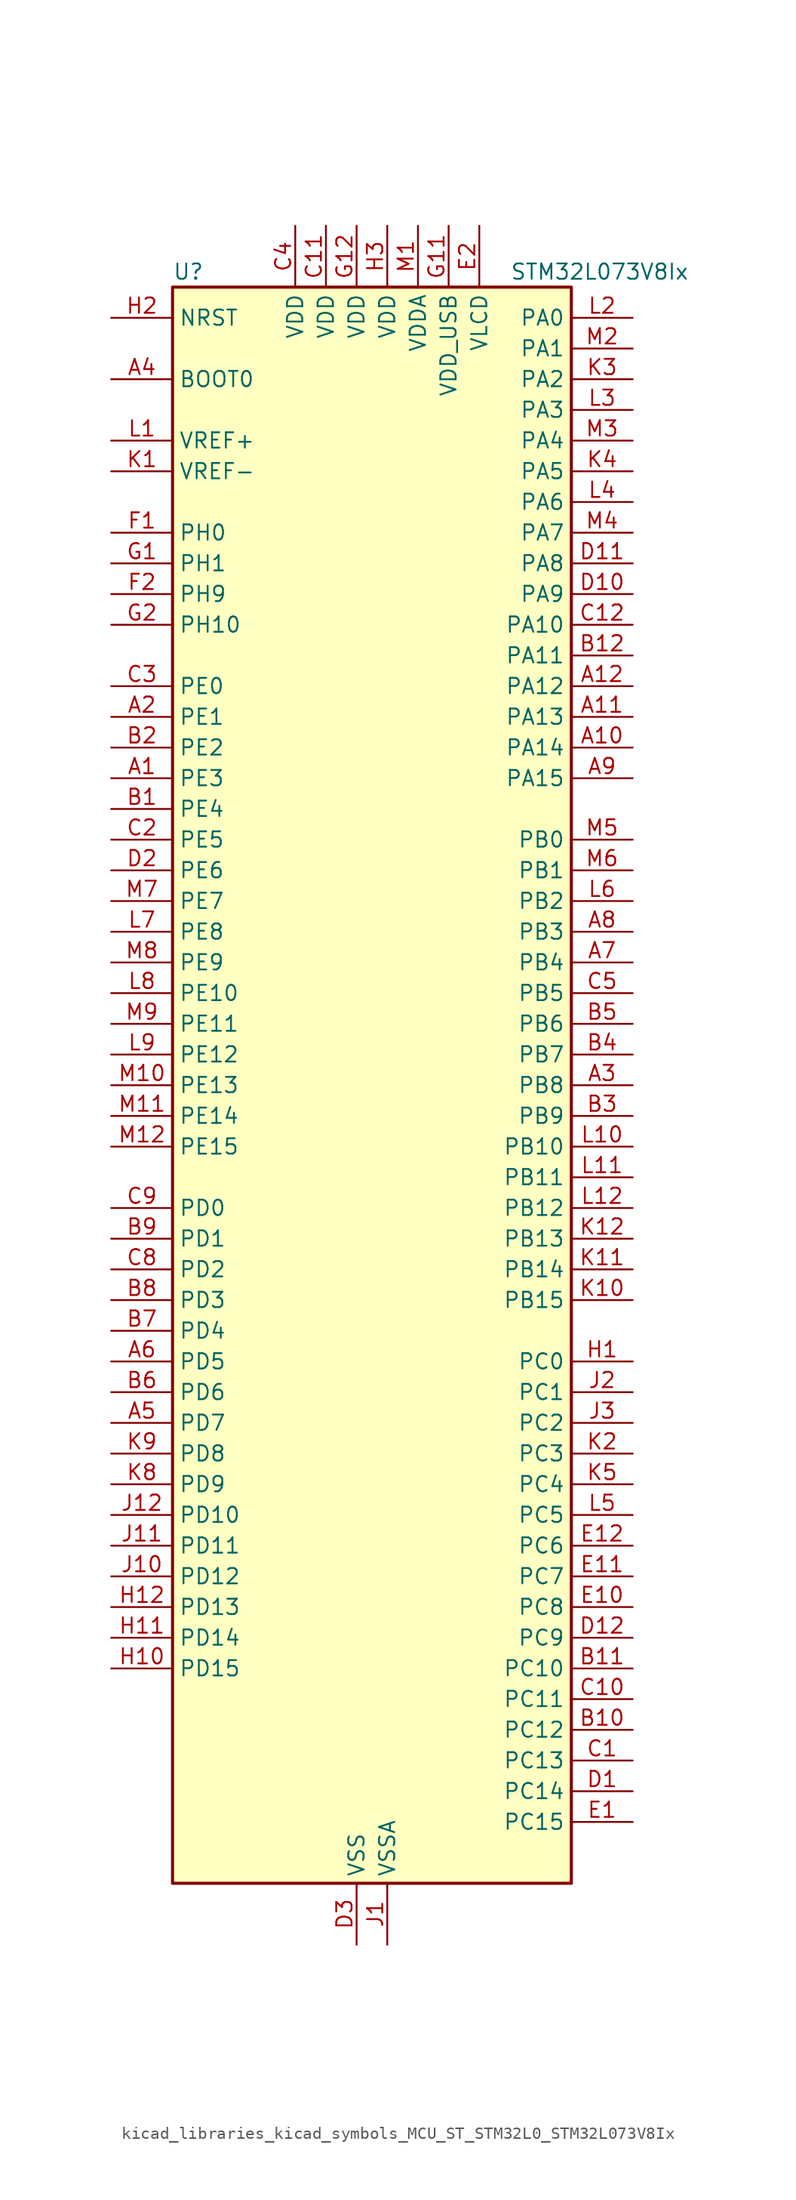
<source format=kicad_sym>
(kicad_symbol_lib
  (version 20220914)
  (generator kicad_symbol_editor)
  (symbol "kicad_libraries_kicad_symbols_MCU_ST_STM32L0_STM32L073V8Ix"
    (property "Reference" "U"
      (at -15.24 67.31 0)
      (effects (font (size 1.27 1.27)) (justify left)))
    (property "Value" "STM32L073V8Ix"
      (at 12.7 67.31 0)
      (effects (font (size 1.27 1.27)) (justify left)))
    (property "ki_locked" ""
      (at 0 0 0)
      (effects (font (size 1.27 1.27))))
    (symbol "kicad_libraries_kicad_symbols_MCU_ST_STM32L0_STM32L073V8Ix_0_1"
      (rectangle (start -15.24 -66.04) (end 17.78 66.04) (stroke (width 0.254) (type default)) (fill (type background))))
    (symbol "kicad_libraries_kicad_symbols_MCU_ST_STM32L0_STM32L073V8Ix_1_1"
      (pin bidirectional line (at -20.32 25.4 0) (length 5.08) (name "PE3" (effects (font (size 1.27 1.27)))) (number "A1" (effects (font (size 1.27 1.27)))) (alternate "LCD_SEG39" bidirectional line) (alternate "TIM22_CH1" bidirectional line) (alternate "TIM3_CH1" bidirectional line))
      (pin bidirectional line (at 22.86 27.94 180) (length 5.08) (name "PA14" (effects (font (size 1.27 1.27)))) (number "A10" (effects (font (size 1.27 1.27)))) (alternate "LPUART1_TX" bidirectional line) (alternate "SYS_SWCLK" bidirectional line) (alternate "USART2_TX" bidirectional line))
      (pin bidirectional line (at 22.86 30.48 180) (length 5.08) (name "PA13" (effects (font (size 1.27 1.27)))) (number "A11" (effects (font (size 1.27 1.27)))) (alternate "LPUART1_RX" bidirectional line) (alternate "SYS_SWDIO" bidirectional line) (alternate "USB_NOE" bidirectional line))
      (pin bidirectional line (at 22.86 33.02 180) (length 5.08) (name "PA12" (effects (font (size 1.27 1.27)))) (number "A12" (effects (font (size 1.27 1.27)))) (alternate "COMP2_OUT" bidirectional line) (alternate "SPI1_MOSI" bidirectional line) (alternate "TSC_G4_IO4" bidirectional line) (alternate "USART1_DE" bidirectional line) (alternate "USART1_RTS" bidirectional line) (alternate "USB_DP" bidirectional line))
      (pin bidirectional line (at -20.32 30.48 0) (length 5.08) (name "PE1" (effects (font (size 1.27 1.27)))) (number "A2" (effects (font (size 1.27 1.27)))) (alternate "LCD_SEG37" bidirectional line))
      (pin bidirectional line (at 22.86 0 180) (length 5.08) (name "PB8" (effects (font (size 1.27 1.27)))) (number "A3" (effects (font (size 1.27 1.27)))) (alternate "I2C1_SCL" bidirectional line) (alternate "LCD_SEG16" bidirectional line) (alternate "TSC_SYNC" bidirectional line))
      (pin input line (at -20.32 58.42 0) (length 5.08) (name "BOOT0" (effects (font (size 1.27 1.27)))) (number "A4" (effects (font (size 1.27 1.27)))))
      (pin bidirectional line (at -20.32 -27.94 0) (length 5.08) (name "PD7" (effects (font (size 1.27 1.27)))) (number "A5" (effects (font (size 1.27 1.27)))) (alternate "TIM21_CH2" bidirectional line) (alternate "USART2_CK" bidirectional line))
      (pin bidirectional line (at -20.32 -22.86 0) (length 5.08) (name "PD5" (effects (font (size 1.27 1.27)))) (number "A6" (effects (font (size 1.27 1.27)))) (alternate "USART2_TX" bidirectional line))
      (pin bidirectional line (at 22.86 10.16 180) (length 5.08) (name "PB4" (effects (font (size 1.27 1.27)))) (number "A7" (effects (font (size 1.27 1.27)))) (alternate "COMP2_INP" bidirectional line) (alternate "I2C3_SDA" bidirectional line) (alternate "LCD_SEG8" bidirectional line) (alternate "SPI1_MISO" bidirectional line) (alternate "TIM22_CH1" bidirectional line) (alternate "TIM3_CH1" bidirectional line) (alternate "TSC_G5_IO2" bidirectional line) (alternate "USART1_CTS" bidirectional line) (alternate "USART5_RX" bidirectional line))
      (pin bidirectional line (at 22.86 12.7 180) (length 5.08) (name "PB3" (effects (font (size 1.27 1.27)))) (number "A8" (effects (font (size 1.27 1.27)))) (alternate "COMP2_INM" bidirectional line) (alternate "LCD_SEG7" bidirectional line) (alternate "SPI1_SCK" bidirectional line) (alternate "TIM2_CH2" bidirectional line) (alternate "TSC_G5_IO1" bidirectional line) (alternate "USART1_DE" bidirectional line) (alternate "USART1_RTS" bidirectional line) (alternate "USART5_TX" bidirectional line))
      (pin bidirectional line (at 22.86 25.4 180) (length 5.08) (name "PA15" (effects (font (size 1.27 1.27)))) (number "A9" (effects (font (size 1.27 1.27)))) (alternate "LCD_SEG17" bidirectional line) (alternate "SPI1_NSS" bidirectional line) (alternate "TIM2_CH1" bidirectional line) (alternate "TIM2_ETR" bidirectional line) (alternate "USART2_RX" bidirectional line) (alternate "USART4_DE" bidirectional line) (alternate "USART4_RTS" bidirectional line))
      (pin bidirectional line (at -20.32 22.86 0) (length 5.08) (name "PE4" (effects (font (size 1.27 1.27)))) (number "B1" (effects (font (size 1.27 1.27)))) (alternate "TIM22_CH2" bidirectional line) (alternate "TIM3_CH2" bidirectional line))
      (pin bidirectional line (at 22.86 -53.34 180) (length 5.08) (name "PC12" (effects (font (size 1.27 1.27)))) (number "B10" (effects (font (size 1.27 1.27)))) (alternate "LCD_COM6" bidirectional line) (alternate "LCD_SEG30" bidirectional line) (alternate "LCD_SEG50" bidirectional line) (alternate "USART4_CK" bidirectional line) (alternate "USART5_TX" bidirectional line))
      (pin bidirectional line (at 22.86 -48.26 180) (length 5.08) (name "PC10" (effects (font (size 1.27 1.27)))) (number "B11" (effects (font (size 1.27 1.27)))) (alternate "LCD_COM4" bidirectional line) (alternate "LCD_SEG28" bidirectional line) (alternate "LCD_SEG48" bidirectional line) (alternate "LPUART1_TX" bidirectional line) (alternate "USART4_TX" bidirectional line))
      (pin bidirectional line (at 22.86 35.56 180) (length 5.08) (name "PA11" (effects (font (size 1.27 1.27)))) (number "B12" (effects (font (size 1.27 1.27)))) (alternate "ADC_EXTI11" bidirectional line) (alternate "COMP1_OUT" bidirectional line) (alternate "SPI1_MISO" bidirectional line) (alternate "TSC_G4_IO3" bidirectional line) (alternate "USART1_CTS" bidirectional line) (alternate "USB_DM" bidirectional line))
      (pin bidirectional line (at -20.32 27.94 0) (length 5.08) (name "PE2" (effects (font (size 1.27 1.27)))) (number "B2" (effects (font (size 1.27 1.27)))) (alternate "LCD_SEG38" bidirectional line) (alternate "TIM3_ETR" bidirectional line))
      (pin bidirectional line (at 22.86 -2.54 180) (length 5.08) (name "PB9" (effects (font (size 1.27 1.27)))) (number "B3" (effects (font (size 1.27 1.27)))) (alternate "DAC_EXTI9" bidirectional line) (alternate "I2C1_SDA" bidirectional line) (alternate "I2S2_WS" bidirectional line) (alternate "LCD_COM3" bidirectional line) (alternate "SPI2_NSS" bidirectional line))
      (pin bidirectional line (at 22.86 2.54 180) (length 5.08) (name "PB7" (effects (font (size 1.27 1.27)))) (number "B4" (effects (font (size 1.27 1.27)))) (alternate "COMP2_INP" bidirectional line) (alternate "I2C1_SDA" bidirectional line) (alternate "LPTIM1_IN2" bidirectional line) (alternate "SYS_PVD_IN" bidirectional line) (alternate "TSC_G5_IO4" bidirectional line) (alternate "USART1_RX" bidirectional line) (alternate "USART4_CTS" bidirectional line))
      (pin bidirectional line (at 22.86 5.08 180) (length 5.08) (name "PB6" (effects (font (size 1.27 1.27)))) (number "B5" (effects (font (size 1.27 1.27)))) (alternate "COMP2_INP" bidirectional line) (alternate "I2C1_SCL" bidirectional line) (alternate "LPTIM1_ETR" bidirectional line) (alternate "TSC_G5_IO3" bidirectional line) (alternate "USART1_TX" bidirectional line))
      (pin bidirectional line (at -20.32 -25.4 0) (length 5.08) (name "PD6" (effects (font (size 1.27 1.27)))) (number "B6" (effects (font (size 1.27 1.27)))) (alternate "USART2_RX" bidirectional line))
      (pin bidirectional line (at -20.32 -20.32 0) (length 5.08) (name "PD4" (effects (font (size 1.27 1.27)))) (number "B7" (effects (font (size 1.27 1.27)))) (alternate "I2S2_SD" bidirectional line) (alternate "SPI2_MOSI" bidirectional line) (alternate "USART2_DE" bidirectional line) (alternate "USART2_RTS" bidirectional line))
      (pin bidirectional line (at -20.32 -17.78 0) (length 5.08) (name "PD3" (effects (font (size 1.27 1.27)))) (number "B8" (effects (font (size 1.27 1.27)))) (alternate "I2S2_MCK" bidirectional line) (alternate "LCD_SEG44" bidirectional line) (alternate "SPI2_MISO" bidirectional line) (alternate "USART2_CTS" bidirectional line))
      (pin bidirectional line (at -20.32 -12.7 0) (length 5.08) (name "PD1" (effects (font (size 1.27 1.27)))) (number "B9" (effects (font (size 1.27 1.27)))) (alternate "I2S2_CK" bidirectional line) (alternate "SPI2_SCK" bidirectional line))
      (pin bidirectional line (at 22.86 -55.88 180) (length 5.08) (name "PC13" (effects (font (size 1.27 1.27)))) (number "C1" (effects (font (size 1.27 1.27)))) (alternate "RTC_OUT_ALARM" bidirectional line) (alternate "RTC_OUT_CALIB" bidirectional line) (alternate "RTC_TAMP1" bidirectional line) (alternate "RTC_TS" bidirectional line) (alternate "SYS_WKUP2" bidirectional line))
      (pin bidirectional line (at 22.86 -50.8 180) (length 5.08) (name "PC11" (effects (font (size 1.27 1.27)))) (number "C10" (effects (font (size 1.27 1.27)))) (alternate "ADC_EXTI11" bidirectional line) (alternate "LCD_COM5" bidirectional line) (alternate "LCD_SEG29" bidirectional line) (alternate "LCD_SEG49" bidirectional line) (alternate "LPUART1_RX" bidirectional line) (alternate "USART4_RX" bidirectional line))
      (pin power_in line (at -2.54 71.12 270) (length 5.08) (name "VDD" (effects (font (size 1.27 1.27)))) (number "C11" (effects (font (size 1.27 1.27)))))
      (pin bidirectional line (at 22.86 38.1 180) (length 5.08) (name "PA10" (effects (font (size 1.27 1.27)))) (number "C12" (effects (font (size 1.27 1.27)))) (alternate "I2C1_SDA" bidirectional line) (alternate "LCD_COM2" bidirectional line) (alternate "TSC_G4_IO2" bidirectional line) (alternate "USART1_RX" bidirectional line))
      (pin bidirectional line (at -20.32 20.32 0) (length 5.08) (name "PE5" (effects (font (size 1.27 1.27)))) (number "C2" (effects (font (size 1.27 1.27)))) (alternate "TIM21_CH1" bidirectional line) (alternate "TIM3_CH3" bidirectional line))
      (pin bidirectional line (at -20.32 33.02 0) (length 5.08) (name "PE0" (effects (font (size 1.27 1.27)))) (number "C3" (effects (font (size 1.27 1.27)))) (alternate "LCD_SEG36" bidirectional line))
      (pin power_in line (at -5.08 71.12 270) (length 5.08) (name "VDD" (effects (font (size 1.27 1.27)))) (number "C4" (effects (font (size 1.27 1.27)))))
      (pin bidirectional line (at 22.86 7.62 180) (length 5.08) (name "PB5" (effects (font (size 1.27 1.27)))) (number "C5" (effects (font (size 1.27 1.27)))) (alternate "COMP2_INP" bidirectional line) (alternate "I2C1_SMBA" bidirectional line) (alternate "LCD_SEG9" bidirectional line) (alternate "LPTIM1_IN1" bidirectional line) (alternate "SPI1_MOSI" bidirectional line) (alternate "TIM22_CH2" bidirectional line) (alternate "TIM3_CH2" bidirectional line) (alternate "USART1_CK" bidirectional line) (alternate "USART5_CK" bidirectional line) (alternate "USART5_DE" bidirectional line) (alternate "USART5_RTS" bidirectional line))
      (pin bidirectional line (at -20.32 -15.24 0) (length 5.08) (name "PD2" (effects (font (size 1.27 1.27)))) (number "C8" (effects (font (size 1.27 1.27)))) (alternate "LCD_COM7" bidirectional line) (alternate "LCD_SEG31" bidirectional line) (alternate "LCD_SEG51" bidirectional line) (alternate "LPUART1_DE" bidirectional line) (alternate "LPUART1_RTS" bidirectional line) (alternate "TIM3_ETR" bidirectional line) (alternate "USART5_RX" bidirectional line))
      (pin bidirectional line (at -20.32 -10.16 0) (length 5.08) (name "PD0" (effects (font (size 1.27 1.27)))) (number "C9" (effects (font (size 1.27 1.27)))) (alternate "I2S2_WS" bidirectional line) (alternate "SPI2_NSS" bidirectional line) (alternate "TIM21_CH1" bidirectional line))
      (pin bidirectional line (at 22.86 -58.42 180) (length 5.08) (name "PC14" (effects (font (size 1.27 1.27)))) (number "D1" (effects (font (size 1.27 1.27)))) (alternate "RCC_OSC32_IN" bidirectional line))
      (pin bidirectional line (at 22.86 40.64 180) (length 5.08) (name "PA9" (effects (font (size 1.27 1.27)))) (number "D10" (effects (font (size 1.27 1.27)))) (alternate "DAC_EXTI9" bidirectional line) (alternate "I2C1_SCL" bidirectional line) (alternate "I2C3_SMBA" bidirectional line) (alternate "LCD_COM1" bidirectional line) (alternate "RCC_MCO" bidirectional line) (alternate "TSC_G4_IO1" bidirectional line) (alternate "USART1_TX" bidirectional line))
      (pin bidirectional line (at 22.86 43.18 180) (length 5.08) (name "PA8" (effects (font (size 1.27 1.27)))) (number "D11" (effects (font (size 1.27 1.27)))) (alternate "CRS_SYNC" bidirectional line) (alternate "I2C3_SCL" bidirectional line) (alternate "LCD_COM0" bidirectional line) (alternate "RCC_MCO" bidirectional line) (alternate "USART1_CK" bidirectional line))
      (pin bidirectional line (at 22.86 -45.72 180) (length 5.08) (name "PC9" (effects (font (size 1.27 1.27)))) (number "D12" (effects (font (size 1.27 1.27)))) (alternate "DAC_EXTI9" bidirectional line) (alternate "I2C3_SDA" bidirectional line) (alternate "LCD_SEG27" bidirectional line) (alternate "TIM21_ETR" bidirectional line) (alternate "TIM3_CH4" bidirectional line) (alternate "TSC_G8_IO4" bidirectional line) (alternate "USB_NOE" bidirectional line))
      (pin bidirectional line (at -20.32 17.78 0) (length 5.08) (name "PE6" (effects (font (size 1.27 1.27)))) (number "D2" (effects (font (size 1.27 1.27)))) (alternate "RTC_TAMP3" bidirectional line) (alternate "SYS_WKUP3" bidirectional line) (alternate "TIM21_CH2" bidirectional line) (alternate "TIM3_CH4" bidirectional line))
      (pin power_in line (at 0 -71.12 90) (length 5.08) (name "VSS" (effects (font (size 1.27 1.27)))) (number "D3" (effects (font (size 1.27 1.27)))))
      (pin bidirectional line (at 22.86 -60.96 180) (length 5.08) (name "PC15" (effects (font (size 1.27 1.27)))) (number "E1" (effects (font (size 1.27 1.27)))) (alternate "RCC_OSC32_OUT" bidirectional line))
      (pin bidirectional line (at 22.86 -43.18 180) (length 5.08) (name "PC8" (effects (font (size 1.27 1.27)))) (number "E10" (effects (font (size 1.27 1.27)))) (alternate "LCD_SEG26" bidirectional line) (alternate "TIM22_ETR" bidirectional line) (alternate "TIM3_CH3" bidirectional line) (alternate "TSC_G8_IO3" bidirectional line))
      (pin bidirectional line (at 22.86 -40.64 180) (length 5.08) (name "PC7" (effects (font (size 1.27 1.27)))) (number "E11" (effects (font (size 1.27 1.27)))) (alternate "LCD_SEG25" bidirectional line) (alternate "TIM22_CH2" bidirectional line) (alternate "TIM3_CH2" bidirectional line) (alternate "TSC_G8_IO2" bidirectional line))
      (pin bidirectional line (at 22.86 -38.1 180) (length 5.08) (name "PC6" (effects (font (size 1.27 1.27)))) (number "E12" (effects (font (size 1.27 1.27)))) (alternate "LCD_SEG24" bidirectional line) (alternate "TIM22_CH1" bidirectional line) (alternate "TIM3_CH1" bidirectional line) (alternate "TSC_G8_IO1" bidirectional line))
      (pin power_in line (at 10.16 71.12 270) (length 5.08) (name "VLCD" (effects (font (size 1.27 1.27)))) (number "E2" (effects (font (size 1.27 1.27)))))
      (pin passive line (at 0 -71.12 90) (length 5.08) hide (name "VSS" (effects (font (size 1.27 1.27)))) (number "E3" (effects (font (size 1.27 1.27)))))
      (pin bidirectional line (at -20.32 45.72 0) (length 5.08) (name "PH0" (effects (font (size 1.27 1.27)))) (number "F1" (effects (font (size 1.27 1.27)))) (alternate "CRS_SYNC" bidirectional line) (alternate "RCC_OSC_IN" bidirectional line))
      (pin passive line (at 0 -71.12 90) (length 5.08) hide (name "VSS" (effects (font (size 1.27 1.27)))) (number "F11" (effects (font (size 1.27 1.27)))))
      (pin passive line (at 0 -71.12 90) (length 5.08) hide (name "VSS" (effects (font (size 1.27 1.27)))) (number "F12" (effects (font (size 1.27 1.27)))))
      (pin bidirectional line (at -20.32 40.64 0) (length 5.08) (name "PH9" (effects (font (size 1.27 1.27)))) (number "F2" (effects (font (size 1.27 1.27)))) (alternate "DAC_EXTI9" bidirectional line))
      (pin bidirectional line (at -20.32 43.18 0) (length 5.08) (name "PH1" (effects (font (size 1.27 1.27)))) (number "G1" (effects (font (size 1.27 1.27)))) (alternate "RCC_OSC_OUT" bidirectional line))
      (pin power_in line (at 7.62 71.12 270) (length 5.08) (name "VDD_USB" (effects (font (size 1.27 1.27)))) (number "G11" (effects (font (size 1.27 1.27)))))
      (pin power_in line (at 0 71.12 270) (length 5.08) (name "VDD" (effects (font (size 1.27 1.27)))) (number "G12" (effects (font (size 1.27 1.27)))))
      (pin bidirectional line (at -20.32 38.1 0) (length 5.08) (name "PH10" (effects (font (size 1.27 1.27)))) (number "G2" (effects (font (size 1.27 1.27)))))
      (pin bidirectional line (at 22.86 -22.86 180) (length 5.08) (name "PC0" (effects (font (size 1.27 1.27)))) (number "H1" (effects (font (size 1.27 1.27)))) (alternate "ADC_IN10" bidirectional line) (alternate "I2C3_SCL" bidirectional line) (alternate "LCD_SEG18" bidirectional line) (alternate "LPTIM1_IN1" bidirectional line) (alternate "LPUART1_RX" bidirectional line) (alternate "TSC_G7_IO1" bidirectional line))
      (pin bidirectional line (at -20.32 -48.26 0) (length 5.08) (name "PD15" (effects (font (size 1.27 1.27)))) (number "H10" (effects (font (size 1.27 1.27)))) (alternate "CRS_SYNC" bidirectional line) (alternate "LCD_SEG35" bidirectional line))
      (pin bidirectional line (at -20.32 -45.72 0) (length 5.08) (name "PD14" (effects (font (size 1.27 1.27)))) (number "H11" (effects (font (size 1.27 1.27)))) (alternate "LCD_SEG34" bidirectional line))
      (pin bidirectional line (at -20.32 -43.18 0) (length 5.08) (name "PD13" (effects (font (size 1.27 1.27)))) (number "H12" (effects (font (size 1.27 1.27)))) (alternate "LCD_SEG33" bidirectional line))
      (pin input line (at -20.32 63.5 0) (length 5.08) (name "NRST" (effects (font (size 1.27 1.27)))) (number "H2" (effects (font (size 1.27 1.27)))))
      (pin power_in line (at 2.54 71.12 270) (length 5.08) (name "VDD" (effects (font (size 1.27 1.27)))) (number "H3" (effects (font (size 1.27 1.27)))))
      (pin power_in line (at 2.54 -71.12 90) (length 5.08) (name "VSSA" (effects (font (size 1.27 1.27)))) (number "J1" (effects (font (size 1.27 1.27)))))
      (pin bidirectional line (at -20.32 -40.64 0) (length 5.08) (name "PD12" (effects (font (size 1.27 1.27)))) (number "J10" (effects (font (size 1.27 1.27)))) (alternate "LCD_SEG32" bidirectional line) (alternate "LPUART1_DE" bidirectional line) (alternate "LPUART1_RTS" bidirectional line))
      (pin bidirectional line (at -20.32 -38.1 0) (length 5.08) (name "PD11" (effects (font (size 1.27 1.27)))) (number "J11" (effects (font (size 1.27 1.27)))) (alternate "ADC_EXTI11" bidirectional line) (alternate "LCD_SEG31" bidirectional line) (alternate "LPUART1_CTS" bidirectional line))
      (pin bidirectional line (at -20.32 -35.56 0) (length 5.08) (name "PD10" (effects (font (size 1.27 1.27)))) (number "J12" (effects (font (size 1.27 1.27)))) (alternate "LCD_SEG30" bidirectional line))
      (pin bidirectional line (at 22.86 -25.4 180) (length 5.08) (name "PC1" (effects (font (size 1.27 1.27)))) (number "J2" (effects (font (size 1.27 1.27)))) (alternate "ADC_IN11" bidirectional line) (alternate "I2C3_SDA" bidirectional line) (alternate "LCD_SEG19" bidirectional line) (alternate "LPTIM1_OUT" bidirectional line) (alternate "LPUART1_TX" bidirectional line) (alternate "TSC_G7_IO2" bidirectional line))
      (pin bidirectional line (at 22.86 -27.94 180) (length 5.08) (name "PC2" (effects (font (size 1.27 1.27)))) (number "J3" (effects (font (size 1.27 1.27)))) (alternate "ADC_IN12" bidirectional line) (alternate "I2S2_MCK" bidirectional line) (alternate "LCD_SEG20" bidirectional line) (alternate "LPTIM1_IN2" bidirectional line) (alternate "SPI2_MISO" bidirectional line) (alternate "TSC_G7_IO3" bidirectional line))
      (pin input line (at -20.32 50.8 0) (length 5.08) (name "VREF-" (effects (font (size 1.27 1.27)))) (number "K1" (effects (font (size 1.27 1.27)))))
      (pin bidirectional line (at 22.86 -17.78 180) (length 5.08) (name "PB15" (effects (font (size 1.27 1.27)))) (number "K10" (effects (font (size 1.27 1.27)))) (alternate "I2S2_SD" bidirectional line) (alternate "LCD_SEG15" bidirectional line) (alternate "RTC_REFIN" bidirectional line) (alternate "SPI2_MOSI" bidirectional line))
      (pin bidirectional line (at 22.86 -15.24 180) (length 5.08) (name "PB14" (effects (font (size 1.27 1.27)))) (number "K11" (effects (font (size 1.27 1.27)))) (alternate "I2C2_SDA" bidirectional line) (alternate "I2S2_MCK" bidirectional line) (alternate "LCD_SEG14" bidirectional line) (alternate "LPUART1_DE" bidirectional line) (alternate "LPUART1_RTS" bidirectional line) (alternate "RTC_OUT_ALARM" bidirectional line) (alternate "RTC_OUT_CALIB" bidirectional line) (alternate "SPI2_MISO" bidirectional line) (alternate "TIM21_CH2" bidirectional line) (alternate "TSC_G6_IO4" bidirectional line))
      (pin bidirectional line (at 22.86 -12.7 180) (length 5.08) (name "PB13" (effects (font (size 1.27 1.27)))) (number "K12" (effects (font (size 1.27 1.27)))) (alternate "I2C2_SCL" bidirectional line) (alternate "I2S2_CK" bidirectional line) (alternate "LCD_SEG13" bidirectional line) (alternate "LPUART1_CTS" bidirectional line) (alternate "RCC_MCO" bidirectional line) (alternate "SPI2_SCK" bidirectional line) (alternate "TIM21_CH1" bidirectional line) (alternate "TSC_G6_IO3" bidirectional line))
      (pin bidirectional line (at 22.86 -30.48 180) (length 5.08) (name "PC3" (effects (font (size 1.27 1.27)))) (number "K2" (effects (font (size 1.27 1.27)))) (alternate "ADC_IN13" bidirectional line) (alternate "I2S2_SD" bidirectional line) (alternate "LCD_SEG21" bidirectional line) (alternate "LPTIM1_ETR" bidirectional line) (alternate "SPI2_MOSI" bidirectional line) (alternate "TSC_G7_IO4" bidirectional line))
      (pin bidirectional line (at 22.86 58.42 180) (length 5.08) (name "PA2" (effects (font (size 1.27 1.27)))) (number "K3" (effects (font (size 1.27 1.27)))) (alternate "ADC_IN2" bidirectional line) (alternate "COMP2_INM" bidirectional line) (alternate "COMP2_OUT" bidirectional line) (alternate "LCD_SEG1" bidirectional line) (alternate "LPUART1_TX" bidirectional line) (alternate "TIM21_CH1" bidirectional line) (alternate "TIM2_CH3" bidirectional line) (alternate "TSC_G1_IO3" bidirectional line) (alternate "USART2_TX" bidirectional line))
      (pin bidirectional line (at 22.86 50.8 180) (length 5.08) (name "PA5" (effects (font (size 1.27 1.27)))) (number "K4" (effects (font (size 1.27 1.27)))) (alternate "ADC_IN5" bidirectional line) (alternate "COMP1_INM" bidirectional line) (alternate "COMP2_INM" bidirectional line) (alternate "DAC_OUT2" bidirectional line) (alternate "SPI1_SCK" bidirectional line) (alternate "TIM2_CH1" bidirectional line) (alternate "TIM2_ETR" bidirectional line) (alternate "TSC_G2_IO2" bidirectional line))
      (pin bidirectional line (at 22.86 -33.02 180) (length 5.08) (name "PC4" (effects (font (size 1.27 1.27)))) (number "K5" (effects (font (size 1.27 1.27)))) (alternate "ADC_IN14" bidirectional line) (alternate "LCD_SEG22" bidirectional line) (alternate "LPUART1_TX" bidirectional line))
      (pin bidirectional line (at -20.32 -33.02 0) (length 5.08) (name "PD9" (effects (font (size 1.27 1.27)))) (number "K8" (effects (font (size 1.27 1.27)))) (alternate "DAC_EXTI9" bidirectional line) (alternate "LCD_SEG29" bidirectional line) (alternate "LPUART1_RX" bidirectional line))
      (pin bidirectional line (at -20.32 -30.48 0) (length 5.08) (name "PD8" (effects (font (size 1.27 1.27)))) (number "K9" (effects (font (size 1.27 1.27)))) (alternate "LCD_SEG28" bidirectional line) (alternate "LPUART1_TX" bidirectional line))
      (pin input line (at -20.32 53.34 0) (length 5.08) (name "VREF+" (effects (font (size 1.27 1.27)))) (number "L1" (effects (font (size 1.27 1.27)))))
      (pin bidirectional line (at 22.86 -5.08 180) (length 5.08) (name "PB10" (effects (font (size 1.27 1.27)))) (number "L10" (effects (font (size 1.27 1.27)))) (alternate "I2C2_SCL" bidirectional line) (alternate "LCD_SEG10" bidirectional line) (alternate "LPUART1_RX" bidirectional line) (alternate "LPUART1_TX" bidirectional line) (alternate "SPI2_SCK" bidirectional line) (alternate "TIM2_CH3" bidirectional line) (alternate "TSC_SYNC" bidirectional line))
      (pin bidirectional line (at 22.86 -7.62 180) (length 5.08) (name "PB11" (effects (font (size 1.27 1.27)))) (number "L11" (effects (font (size 1.27 1.27)))) (alternate "ADC_EXTI11" bidirectional line) (alternate "I2C2_SDA" bidirectional line) (alternate "LCD_SEG11" bidirectional line) (alternate "LPUART1_RX" bidirectional line) (alternate "LPUART1_TX" bidirectional line) (alternate "TIM2_CH4" bidirectional line) (alternate "TSC_G6_IO1" bidirectional line))
      (pin bidirectional line (at 22.86 -10.16 180) (length 5.08) (name "PB12" (effects (font (size 1.27 1.27)))) (number "L12" (effects (font (size 1.27 1.27)))) (alternate "I2S2_WS" bidirectional line) (alternate "LCD_SEG12" bidirectional line) (alternate "LCD_VLCD2" bidirectional line) (alternate "LPUART1_DE" bidirectional line) (alternate "LPUART1_RTS" bidirectional line) (alternate "SPI2_NSS" bidirectional line) (alternate "TSC_G6_IO2" bidirectional line))
      (pin bidirectional line (at 22.86 63.5 180) (length 5.08) (name "PA0" (effects (font (size 1.27 1.27)))) (number "L2" (effects (font (size 1.27 1.27)))) (alternate "ADC_IN0" bidirectional line) (alternate "COMP1_INM" bidirectional line) (alternate "COMP1_OUT" bidirectional line) (alternate "RTC_TAMP2" bidirectional line) (alternate "SYS_WKUP1" bidirectional line) (alternate "TIM2_CH1" bidirectional line) (alternate "TIM2_ETR" bidirectional line) (alternate "TSC_G1_IO1" bidirectional line) (alternate "USART2_CTS" bidirectional line) (alternate "USART4_TX" bidirectional line))
      (pin bidirectional line (at 22.86 55.88 180) (length 5.08) (name "PA3" (effects (font (size 1.27 1.27)))) (number "L3" (effects (font (size 1.27 1.27)))) (alternate "ADC_IN3" bidirectional line) (alternate "COMP2_INP" bidirectional line) (alternate "LCD_SEG2" bidirectional line) (alternate "LPUART1_RX" bidirectional line) (alternate "TIM21_CH2" bidirectional line) (alternate "TIM2_CH4" bidirectional line) (alternate "TSC_G1_IO4" bidirectional line) (alternate "USART2_RX" bidirectional line))
      (pin bidirectional line (at 22.86 48.26 180) (length 5.08) (name "PA6" (effects (font (size 1.27 1.27)))) (number "L4" (effects (font (size 1.27 1.27)))) (alternate "ADC_IN6" bidirectional line) (alternate "COMP1_OUT" bidirectional line) (alternate "LCD_SEG3" bidirectional line) (alternate "LPUART1_CTS" bidirectional line) (alternate "SPI1_MISO" bidirectional line) (alternate "TIM22_CH1" bidirectional line) (alternate "TIM3_CH1" bidirectional line) (alternate "TSC_G2_IO3" bidirectional line))
      (pin bidirectional line (at 22.86 -35.56 180) (length 5.08) (name "PC5" (effects (font (size 1.27 1.27)))) (number "L5" (effects (font (size 1.27 1.27)))) (alternate "ADC_IN15" bidirectional line) (alternate "LCD_SEG23" bidirectional line) (alternate "LPUART1_RX" bidirectional line) (alternate "TSC_G3_IO1" bidirectional line))
      (pin bidirectional line (at 22.86 15.24 180) (length 5.08) (name "PB2" (effects (font (size 1.27 1.27)))) (number "L6" (effects (font (size 1.27 1.27)))) (alternate "I2C3_SMBA" bidirectional line) (alternate "LCD_VLCD2" bidirectional line) (alternate "LPTIM1_OUT" bidirectional line) (alternate "TSC_G3_IO4" bidirectional line))
      (pin bidirectional line (at -20.32 12.7 0) (length 5.08) (name "PE8" (effects (font (size 1.27 1.27)))) (number "L7" (effects (font (size 1.27 1.27)))) (alternate "LCD_SEG46" bidirectional line) (alternate "USART4_TX" bidirectional line))
      (pin bidirectional line (at -20.32 7.62 0) (length 5.08) (name "PE10" (effects (font (size 1.27 1.27)))) (number "L8" (effects (font (size 1.27 1.27)))) (alternate "LCD_SEG40" bidirectional line) (alternate "TIM2_CH2" bidirectional line) (alternate "USART5_TX" bidirectional line))
      (pin bidirectional line (at -20.32 2.54 0) (length 5.08) (name "PE12" (effects (font (size 1.27 1.27)))) (number "L9" (effects (font (size 1.27 1.27)))) (alternate "LCD_VLCD3" bidirectional line) (alternate "SPI1_NSS" bidirectional line) (alternate "TIM2_CH4" bidirectional line))
      (pin power_in line (at 5.08 71.12 270) (length 5.08) (name "VDDA" (effects (font (size 1.27 1.27)))) (number "M1" (effects (font (size 1.27 1.27)))))
      (pin bidirectional line (at -20.32 0 0) (length 5.08) (name "PE13" (effects (font (size 1.27 1.27)))) (number "M10" (effects (font (size 1.27 1.27)))) (alternate "LCD_SEG41" bidirectional line) (alternate "SPI1_SCK" bidirectional line))
      (pin bidirectional line (at -20.32 -2.54 0) (length 5.08) (name "PE14" (effects (font (size 1.27 1.27)))) (number "M11" (effects (font (size 1.27 1.27)))) (alternate "LCD_SEG42" bidirectional line) (alternate "SPI1_MISO" bidirectional line))
      (pin bidirectional line (at -20.32 -5.08 0) (length 5.08) (name "PE15" (effects (font (size 1.27 1.27)))) (number "M12" (effects (font (size 1.27 1.27)))) (alternate "LCD_SEG43" bidirectional line) (alternate "SPI1_MOSI" bidirectional line))
      (pin bidirectional line (at 22.86 60.96 180) (length 5.08) (name "PA1" (effects (font (size 1.27 1.27)))) (number "M2" (effects (font (size 1.27 1.27)))) (alternate "ADC_IN1" bidirectional line) (alternate "COMP1_INP" bidirectional line) (alternate "LCD_SEG0" bidirectional line) (alternate "TIM21_ETR" bidirectional line) (alternate "TIM2_CH2" bidirectional line) (alternate "TSC_G1_IO2" bidirectional line) (alternate "USART2_DE" bidirectional line) (alternate "USART2_RTS" bidirectional line) (alternate "USART4_RX" bidirectional line))
      (pin bidirectional line (at 22.86 53.34 180) (length 5.08) (name "PA4" (effects (font (size 1.27 1.27)))) (number "M3" (effects (font (size 1.27 1.27)))) (alternate "ADC_IN4" bidirectional line) (alternate "COMP1_INM" bidirectional line) (alternate "COMP2_INM" bidirectional line) (alternate "DAC_OUT1" bidirectional line) (alternate "SPI1_NSS" bidirectional line) (alternate "TIM22_ETR" bidirectional line) (alternate "TSC_G2_IO1" bidirectional line) (alternate "USART2_CK" bidirectional line))
      (pin bidirectional line (at 22.86 45.72 180) (length 5.08) (name "PA7" (effects (font (size 1.27 1.27)))) (number "M4" (effects (font (size 1.27 1.27)))) (alternate "ADC_IN7" bidirectional line) (alternate "COMP2_OUT" bidirectional line) (alternate "LCD_SEG4" bidirectional line) (alternate "SPI1_MOSI" bidirectional line) (alternate "TIM22_CH2" bidirectional line) (alternate "TIM3_CH2" bidirectional line) (alternate "TSC_G2_IO4" bidirectional line))
      (pin bidirectional line (at 22.86 20.32 180) (length 5.08) (name "PB0" (effects (font (size 1.27 1.27)))) (number "M5" (effects (font (size 1.27 1.27)))) (alternate "ADC_IN8" bidirectional line) (alternate "LCD_SEG5" bidirectional line) (alternate "LCD_VLCD3" bidirectional line) (alternate "SYS_VREF_OUT_PB0" bidirectional line) (alternate "TIM3_CH3" bidirectional line) (alternate "TSC_G3_IO2" bidirectional line))
      (pin bidirectional line (at 22.86 17.78 180) (length 5.08) (name "PB1" (effects (font (size 1.27 1.27)))) (number "M6" (effects (font (size 1.27 1.27)))) (alternate "ADC_IN9" bidirectional line) (alternate "LCD_SEG6" bidirectional line) (alternate "LPUART1_DE" bidirectional line) (alternate "LPUART1_RTS" bidirectional line) (alternate "SYS_VREF_OUT_PB1" bidirectional line) (alternate "TIM3_CH4" bidirectional line) (alternate "TSC_G3_IO3" bidirectional line))
      (pin bidirectional line (at -20.32 15.24 0) (length 5.08) (name "PE7" (effects (font (size 1.27 1.27)))) (number "M7" (effects (font (size 1.27 1.27)))) (alternate "LCD_SEG45" bidirectional line) (alternate "USART5_CK" bidirectional line) (alternate "USART5_DE" bidirectional line) (alternate "USART5_RTS" bidirectional line))
      (pin bidirectional line (at -20.32 10.16 0) (length 5.08) (name "PE9" (effects (font (size 1.27 1.27)))) (number "M8" (effects (font (size 1.27 1.27)))) (alternate "DAC_EXTI9" bidirectional line) (alternate "LCD_SEG47" bidirectional line) (alternate "TIM2_CH1" bidirectional line) (alternate "TIM2_ETR" bidirectional line) (alternate "USART4_RX" bidirectional line))
      (pin bidirectional line (at -20.32 5.08 0) (length 5.08) (name "PE11" (effects (font (size 1.27 1.27)))) (number "M9" (effects (font (size 1.27 1.27)))) (alternate "ADC_EXTI11" bidirectional line) (alternate "LCD_VLCD1" bidirectional line) (alternate "TIM2_CH3" bidirectional line) (alternate "USART5_RX" bidirectional line)))))
</source>
